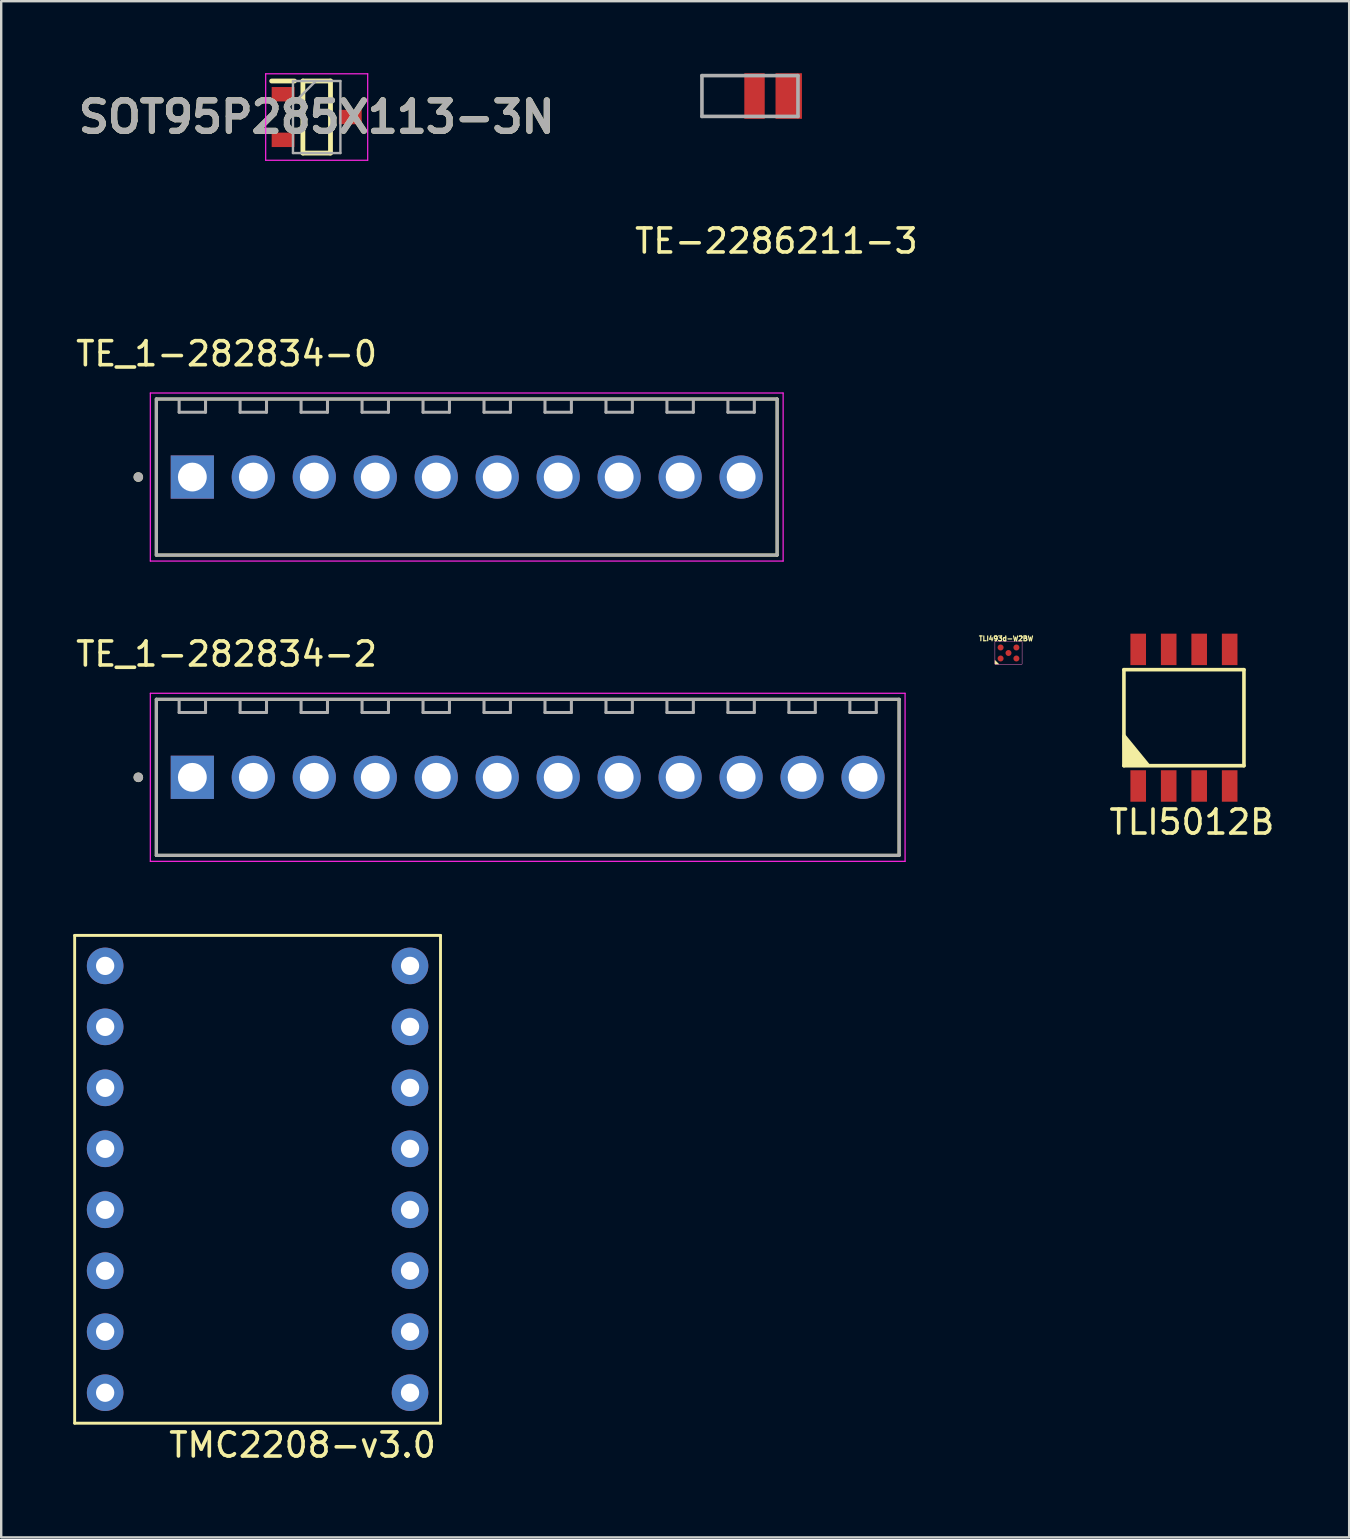
<source format=kicad_pcb>
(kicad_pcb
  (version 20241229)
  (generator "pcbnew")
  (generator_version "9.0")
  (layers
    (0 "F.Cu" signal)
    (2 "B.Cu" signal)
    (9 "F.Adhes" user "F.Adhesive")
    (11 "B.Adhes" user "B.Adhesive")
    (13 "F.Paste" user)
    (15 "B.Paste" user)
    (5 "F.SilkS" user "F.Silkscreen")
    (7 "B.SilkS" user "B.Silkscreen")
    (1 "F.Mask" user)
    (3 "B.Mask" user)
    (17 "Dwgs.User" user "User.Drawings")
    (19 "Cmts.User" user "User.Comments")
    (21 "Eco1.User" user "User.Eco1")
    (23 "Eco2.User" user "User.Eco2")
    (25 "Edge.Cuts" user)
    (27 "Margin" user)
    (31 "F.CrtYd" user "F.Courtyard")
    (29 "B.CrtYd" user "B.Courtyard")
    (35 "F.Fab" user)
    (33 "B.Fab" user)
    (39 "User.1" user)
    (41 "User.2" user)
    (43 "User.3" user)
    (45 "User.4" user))
  (footprint "TLI5012B"
    (layer "F.Cu")
    (at 46.268 26.846)
    (property "Reference" "TLI5012B" (at 0.33 4.35 0) (layer "F.SilkS") (effects (font (size 1 1) (thickness 0.15))))
    (attr through_hole)
    (fp_line (start -2.5 -2) (end 2.5 -2) (stroke (width 0.15) (type solid)) (layer "F.SilkS"))
    (fp_line (start -2.5 2) (end -2.5 -2) (stroke (width 0.15) (type solid)) (layer "F.SilkS"))
    (fp_line (start 2.5 -2) (end 2.5 2) (stroke (width 0.15) (type solid)) (layer "F.SilkS"))
    (fp_line (start 2.5 2) (end -2.5 2) (stroke (width 0.15) (type solid)) (layer "F.SilkS"))
    (fp_poly (pts (xy -2.44 1.97) (xy -2.49 0.76) (xy -1.51 1.96)) (stroke (width 0.15) (type solid)) (fill yes) (layer "F.SilkS"))
    (pad "1" smd rect (at -1.905 2.845) (size 0.65 1.31) (layers "F.Cu" "F.Mask" "F.Paste"))
    (pad "2" smd rect (at -0.635 2.845) (size 0.65 1.31) (layers "F.Cu" "F.Mask" "F.Paste"))
    (pad "3" smd rect (at 0.635 2.845) (size 0.65 1.31) (layers "F.Cu" "F.Mask" "F.Paste"))
    (pad "4" smd rect (at 1.905 2.845) (size 0.65 1.31) (layers "F.Cu" "F.Mask" "F.Paste"))
    (pad "5" smd rect (at 1.905 -2.845) (size 0.65 1.31) (layers "F.Cu" "F.Mask" "F.Paste"))
    (pad "6" smd rect (at 0.635 -2.845) (size 0.65 1.31) (layers "F.Cu" "F.Mask" "F.Paste"))
    (pad "7" smd rect (at -0.635 -2.845) (size 0.65 1.31) (layers "F.Cu" "F.Mask" "F.Paste"))
    (pad "8" smd rect (at -1.905 -2.845) (size 0.65 1.31) (layers "F.Cu" "F.Mask" "F.Paste")))
  (footprint "TE_1-282834-0"
    (layer "F.Cu")
    (at 16.392 16.822)
    (property "Reference" "TE_1-282834-0" (at -10.005 -5.135 0) (layer "F.SilkS") (effects (font (size 1 1) (thickness 0.15))))
    (attr through_hole)
    (fp_line (start -12.93 -3.25) (end 12.93 -3.25) (stroke (width 0.127) (type solid)) (layer "F.SilkS"))
    (fp_line (start -12.93 3.25) (end -12.93 -3.25) (stroke (width 0.127) (type solid)) (layer "F.SilkS"))
    (fp_line (start 12.93 -3.25) (end 12.93 3.25) (stroke (width 0.127) (type solid)) (layer "F.SilkS"))
    (fp_line (start 12.93 3.25) (end -12.93 3.25) (stroke (width 0.127) (type solid)) (layer "F.SilkS"))
    (fp_circle (center -13.68 0) (end -13.58 0) (stroke (width 0.2) (type solid)) (fill no) (layer "F.SilkS"))
    (fp_line (start -13.18 -3.5) (end -13.18 3.5) (stroke (width 0.05) (type solid)) (layer "F.CrtYd"))
    (fp_line (start -13.18 3.5) (end 13.18 3.5) (stroke (width 0.05) (type solid)) (layer "F.CrtYd"))
    (fp_line (start 13.18 -3.5) (end -13.18 -3.5) (stroke (width 0.05) (type solid)) (layer "F.CrtYd"))
    (fp_line (start 13.18 3.5) (end 13.18 -3.5) (stroke (width 0.05) (type solid)) (layer "F.CrtYd"))
    (fp_line (start -12.93 -3.25) (end 12.93 -3.25) (stroke (width 0.127) (type solid)) (layer "F.Fab"))
    (fp_line (start -12.93 3.25) (end -12.93 -3.25) (stroke (width 0.127) (type solid)) (layer "F.Fab"))
    (fp_line (start -11.98 -2.7) (end -11.98 -3.2) (stroke (width 0.127) (type solid)) (layer "F.Fab"))
    (fp_line (start -11.98 -2.7) (end -10.88 -2.7) (stroke (width 0.127) (type solid)) (layer "F.Fab"))
    (fp_line (start -10.88 -2.7) (end -10.88 -3.2) (stroke (width 0.127) (type solid)) (layer "F.Fab"))
    (fp_line (start -9.44 -2.7) (end -9.44 -3.2) (stroke (width 0.127) (type solid)) (layer "F.Fab"))
    (fp_line (start -9.44 -2.7) (end -8.34 -2.7) (stroke (width 0.127) (type solid)) (layer "F.Fab"))
    (fp_line (start -8.34 -2.7) (end -8.34 -3.2) (stroke (width 0.127) (type solid)) (layer "F.Fab"))
    (fp_line (start -6.9 -2.7) (end -6.9 -3.2) (stroke (width 0.127) (type solid)) (layer "F.Fab"))
    (fp_line (start -6.9 -2.7) (end -5.8 -2.7) (stroke (width 0.127) (type solid)) (layer "F.Fab"))
    (fp_line (start -5.8 -2.7) (end -5.8 -3.2) (stroke (width 0.127) (type solid)) (layer "F.Fab"))
    (fp_line (start -4.36 -2.7) (end -4.36 -3.2) (stroke (width 0.127) (type solid)) (layer "F.Fab"))
    (fp_line (start -4.36 -2.7) (end -3.26 -2.7) (stroke (width 0.127) (type solid)) (layer "F.Fab"))
    (fp_line (start -3.26 -2.7) (end -3.26 -3.2) (stroke (width 0.127) (type solid)) (layer "F.Fab"))
    (fp_line (start -1.82 -2.7) (end -1.82 -3.2) (stroke (width 0.127) (type solid)) (layer "F.Fab"))
    (fp_line (start -1.82 -2.7) (end -0.72 -2.7) (stroke (width 0.127) (type solid)) (layer "F.Fab"))
    (fp_line (start -0.72 -2.7) (end -0.72 -3.2) (stroke (width 0.127) (type solid)) (layer "F.Fab"))
    (fp_line (start 0.72 -2.7) (end 0.72 -3.2) (stroke (width 0.127) (type solid)) (layer "F.Fab"))
    (fp_line (start 0.72 -2.7) (end 1.82 -2.7) (stroke (width 0.127) (type solid)) (layer "F.Fab"))
    (fp_line (start 1.82 -2.7) (end 1.82 -3.2) (stroke (width 0.127) (type solid)) (layer "F.Fab"))
    (fp_line (start 3.26 -2.7) (end 3.26 -3.2) (stroke (width 0.127) (type solid)) (layer "F.Fab"))
    (fp_line (start 3.26 -2.7) (end 4.36 -2.7) (stroke (width 0.127) (type solid)) (layer "F.Fab"))
    (fp_line (start 4.36 -2.7) (end 4.36 -3.2) (stroke (width 0.127) (type solid)) (layer "F.Fab"))
    (fp_line (start 5.8 -2.7) (end 5.8 -3.2) (stroke (width 0.127) (type solid)) (layer "F.Fab"))
    (fp_line (start 5.8 -2.7) (end 6.9 -2.7) (stroke (width 0.127) (type solid)) (layer "F.Fab"))
    (fp_line (start 6.9 -2.7) (end 6.9 -3.2) (stroke (width 0.127) (type solid)) (layer "F.Fab"))
    (fp_line (start 8.34 -2.7) (end 8.34 -3.2) (stroke (width 0.127) (type solid)) (layer "F.Fab"))
    (fp_line (start 8.34 -2.7) (end 9.44 -2.7) (stroke (width 0.127) (type solid)) (layer "F.Fab"))
    (fp_line (start 9.44 -2.7) (end 9.44 -3.2) (stroke (width 0.127) (type solid)) (layer "F.Fab"))
    (fp_line (start 10.88 -2.7) (end 10.88 -3.2) (stroke (width 0.127) (type solid)) (layer "F.Fab"))
    (fp_line (start 10.88 -2.7) (end 11.98 -2.7) (stroke (width 0.127) (type solid)) (layer "F.Fab"))
    (fp_line (start 11.98 -2.7) (end 11.98 -3.2) (stroke (width 0.127) (type solid)) (layer "F.Fab"))
    (fp_line (start 12.93 -3.25) (end 12.93 3.25) (stroke (width 0.127) (type solid)) (layer "F.Fab"))
    (fp_line (start 12.93 3.25) (end -12.93 3.25) (stroke (width 0.127) (type solid)) (layer "F.Fab"))
    (fp_circle (center -13.68 0) (end -13.58 0) (stroke (width 0.2) (type solid)) (fill no) (layer "F.Fab"))
    (pad "1" thru_hole rect (at -11.43 0) (size 1.8 1.8) (drill 1.2) (layers "*.Cu" "*.Mask"))
    (pad "2" thru_hole circle (at -8.89 0) (size 1.8 1.8) (drill 1.2) (layers "*.Cu" "*.Mask"))
    (pad "3" thru_hole circle (at -6.35 0) (size 1.8 1.8) (drill 1.2) (layers "*.Cu" "*.Mask"))
    (pad "4" thru_hole circle (at -3.81 0) (size 1.8 1.8) (drill 1.2) (layers "*.Cu" "*.Mask"))
    (pad "5" thru_hole circle (at -1.27 0) (size 1.8 1.8) (drill 1.2) (layers "*.Cu" "*.Mask"))
    (pad "6" thru_hole circle (at 1.27 0) (size 1.8 1.8) (drill 1.2) (layers "*.Cu" "*.Mask"))
    (pad "7" thru_hole circle (at 3.81 0) (size 1.8 1.8) (drill 1.2) (layers "*.Cu" "*.Mask"))
    (pad "8" thru_hole circle (at 6.35 0) (size 1.8 1.8) (drill 1.2) (layers "*.Cu" "*.Mask"))
    (pad "9" thru_hole circle (at 8.89 0) (size 1.8 1.8) (drill 1.2) (layers "*.Cu" "*.Mask"))
    (pad "10" thru_hole circle (at 11.43 0) (size 1.8 1.8) (drill 1.2) (layers "*.Cu" "*.Mask")))
  (footprint "TE-2286211-3"
    (layer "F.Cu")
    (at 29.09 0.95)
    (property "Reference" "TE-2286211-3" (at 0.2 6.04 0) (layer "F.SilkS") (effects (font (size 1 1) (thickness 0.15))))
    (attr through_hole)
    (fp_line (start -2.9 -0.85) (end 1.1 -0.85) (stroke (width 0.15) (type solid)) (layer "F.Fab"))
    (fp_line (start -2.9 0.85) (end -2.9 -0.85) (stroke (width 0.15) (type solid)) (layer "F.Fab"))
    (fp_line (start 1.1 -0.85) (end 1.1 0.85) (stroke (width 0.15) (type solid)) (layer "F.Fab"))
    (fp_line (start 1.1 0.85) (end -2.9 0.85) (stroke (width 0.15) (type solid)) (layer "F.Fab"))
    (pad "1" smd rect (at -0.71 0) (size 0.85 1.9) (layers "F.Cu" "F.Mask" "F.Paste"))
    (pad "1" smd rect (at 0.715 0) (size 1.1 1.9) (layers "F.Cu" "F.Mask" "F.Paste")))
  (footprint "TMC2208-v3.0"
    (layer "F.Cu")
    (at 7.68 47.345)
    (property "Reference" "TMC2208-v3.0" (at 1.87 9.8 0) (layer "F.SilkS") (effects (font (size 1 1) (thickness 0.15))))
    (attr through_hole)
    (fp_line (start -7.62 -11.43) (end 7.62 -11.43) (stroke (width 0.12) (type solid)) (layer "F.SilkS"))
    (fp_line (start -7.62 8.89) (end -7.62 -11.43) (stroke (width 0.12) (type solid)) (layer "F.SilkS"))
    (fp_line (start 7.62 -11.43) (end 7.62 8.89) (stroke (width 0.12) (type solid)) (layer "F.SilkS"))
    (fp_line (start 7.62 8.89) (end -7.62 8.89) (stroke (width 0.12) (type solid)) (layer "F.SilkS"))
    (pad "1" thru_hole circle (at -6.35 -10.16) (size 1.524 1.524) (drill 0.762) (layers "*.Cu" "*.Mask"))
    (pad "2" thru_hole circle (at -6.35 -7.62) (size 1.524 1.524) (drill 0.762) (layers "*.Cu" "*.Mask"))
    (pad "3" thru_hole circle (at -6.35 -5.08) (size 1.524 1.524) (drill 0.762) (layers "*.Cu" "*.Mask"))
    (pad "4" thru_hole circle (at -6.35 -2.54) (size 1.524 1.524) (drill 0.762) (layers "*.Cu" "*.Mask"))
    (pad "5" thru_hole circle (at -6.35 0) (size 1.524 1.524) (drill 0.762) (layers "*.Cu" "*.Mask"))
    (pad "6" thru_hole circle (at -6.35 2.54) (size 1.524 1.524) (drill 0.762) (layers "*.Cu" "*.Mask"))
    (pad "7" thru_hole circle (at -6.35 5.08) (size 1.524 1.524) (drill 0.762) (layers "*.Cu" "*.Mask"))
    (pad "8" thru_hole circle (at -6.35 7.62) (size 1.524 1.524) (drill 0.762) (layers "*.Cu" "*.Mask"))
    (pad "9" thru_hole circle (at 6.35 7.62) (size 1.524 1.524) (drill 0.762) (layers "*.Cu" "*.Mask"))
    (pad "10" thru_hole circle (at 6.35 5.08) (size 1.524 1.524) (drill 0.762) (layers "*.Cu" "*.Mask"))
    (pad "11" thru_hole circle (at 6.35 2.54) (size 1.524 1.524) (drill 0.762) (layers "*.Cu" "*.Mask"))
    (pad "12" thru_hole circle (at 6.35 0) (size 1.524 1.524) (drill 0.762) (layers "*.Cu" "*.Mask"))
    (pad "13" thru_hole circle (at 6.35 -2.54) (size 1.524 1.524) (drill 0.762) (layers "*.Cu" "*.Mask"))
    (pad "14" thru_hole circle (at 6.35 -5.08) (size 1.524 1.524) (drill 0.762) (layers "*.Cu" "*.Mask"))
    (pad "15" thru_hole circle (at 6.35 -7.62) (size 1.524 1.524) (drill 0.762) (layers "*.Cu" "*.Mask"))
    (pad "16" thru_hole circle (at 6.35 -10.16) (size 1.524 1.524) (drill 0.762) (layers "*.Cu" "*.Mask")))
  (footprint "TLI493d-W2BW"
    (layer "F.Cu")
    (at 38.96 24.151)
    (property "Reference" "TLI493d-W2BW" (at -0.1 -0.6 0) (unlocked yes) (layer "F.SilkS") (effects (font (size 0.2 0.2) (thickness 0.05))))
    (attr smd)
    (fp_rect (start -0.565 -0.465) (end 0.565 0.465) (stroke (width 0.01) (type solid)) (fill no) (layer "F.SilkS"))
    (fp_poly (pts (xy -0.4 0.465) (xy -0.565 0.465) (xy -0.565 0.3)) (stroke (width 0.01) (type solid)) (fill yes) (layer "F.SilkS"))
    (fp_rect (start -0.565 -0.465) (end 0.565 0.465) (stroke (width 0.01) (type solid)) (fill no) (layer "F.CrtYd"))
    (pad "A1" smd circle (at -0.329 0.229) (size 0.25 0.25) (layers "F.Cu" "F.Mask" "F.Paste"))
    (pad "A3" smd circle (at -0.329 -0.229) (size 0.25 0.25) (layers "F.Cu" "F.Mask" "F.Paste"))
    (pad "B2" smd circle (at 0 0) (size 0.25 0.25) (layers "F.Cu" "F.Mask" "F.Paste"))
    (pad "C1" smd circle (at 0.329 0.229) (size 0.25 0.25) (layers "F.Cu" "F.Mask" "F.Paste"))
    (pad "C3" smd circle (at 0.329 -0.229) (size 0.25 0.25) (layers "F.Cu" "F.Mask" "F.Paste")))
  (footprint "SOT95P285X113-3N"
    (layer "F.Cu")
    (at 10.142 1.825)
    (property "Reference" "SOT95P285X113-3N" (at 0 0 0) (layer "F.SilkS") (effects (font (size 1.27 1.27) (thickness 0.254))))
    (attr smd)
    (fp_line (start -1.875 -1.5) (end -0.925 -1.5) (stroke (width 0.2) (type solid)) (layer "F.SilkS"))
    (fp_line (start -0.575 -1.5) (end 0.575 -1.5) (stroke (width 0.2) (type solid)) (layer "F.SilkS"))
    (fp_line (start -0.575 1.5) (end -0.575 -1.5) (stroke (width 0.2) (type solid)) (layer "F.SilkS"))
    (fp_line (start 0.575 -1.5) (end 0.575 1.5) (stroke (width 0.2) (type solid)) (layer "F.SilkS"))
    (fp_line (start 0.575 1.5) (end -0.575 1.5) (stroke (width 0.2) (type solid)) (layer "F.SilkS"))
    (fp_line (start -2.125 -1.8) (end 2.125 -1.8) (stroke (width 0.05) (type solid)) (layer "F.CrtYd"))
    (fp_line (start -2.125 1.8) (end -2.125 -1.8) (stroke (width 0.05) (type solid)) (layer "F.CrtYd"))
    (fp_line (start 2.125 -1.8) (end 2.125 1.8) (stroke (width 0.05) (type solid)) (layer "F.CrtYd"))
    (fp_line (start 2.125 1.8) (end -2.125 1.8) (stroke (width 0.05) (type solid)) (layer "F.CrtYd"))
    (fp_line (start -0.988 -1.5) (end 0.988 -1.5) (stroke (width 0.1) (type solid)) (layer "F.Fab"))
    (fp_line (start -0.988 -0.55) (end -0.038 -1.5) (stroke (width 0.1) (type solid)) (layer "F.Fab"))
    (fp_line (start -0.988 1.5) (end -0.988 -1.5) (stroke (width 0.1) (type solid)) (layer "F.Fab"))
    (fp_line (start 0.988 -1.5) (end 0.988 1.5) (stroke (width 0.1) (type solid)) (layer "F.Fab"))
    (fp_line (start 0.988 1.5) (end -0.988 1.5) (stroke (width 0.1) (type solid)) (layer "F.Fab"))
    (fp_text user "${REFERENCE}" (at 0 0 0) (layer "F.Fab") (effects (font (size 1.27 1.27) (thickness 0.254))))
    (pad "1" smd rect (at -1.4 -0.95 90) (size 0.6 0.95) (layers "F.Cu" "F.Mask" "F.Paste"))
    (pad "2" smd rect (at -1.4 0.95 90) (size 0.6 0.95) (layers "F.Cu" "F.Mask" "F.Paste"))
    (pad "3" smd rect (at 1.4 0 90) (size 0.6 0.95) (layers "F.Cu" "F.Mask" "F.Paste")))
  (footprint "TE_1-282834-2"
    (layer "F.Cu")
    (at 18.932 29.33)
    (property "Reference" "TE_1-282834-2" (at -12.545 -5.135 0) (layer "F.SilkS") (effects (font (size 1 1) (thickness 0.15))))
    (attr through_hole)
    (fp_line (start -15.47 -3.25) (end 15.47 -3.25) (stroke (width 0.127) (type solid)) (layer "F.SilkS"))
    (fp_line (start -15.47 3.25) (end -15.47 -3.25) (stroke (width 0.127) (type solid)) (layer "F.SilkS"))
    (fp_line (start 15.47 -3.25) (end 15.47 3.25) (stroke (width 0.127) (type solid)) (layer "F.SilkS"))
    (fp_line (start 15.47 3.25) (end -15.47 3.25) (stroke (width 0.127) (type solid)) (layer "F.SilkS"))
    (fp_circle (center -16.22 0) (end -16.12 0) (stroke (width 0.2) (type solid)) (fill no) (layer "F.SilkS"))
    (fp_line (start -15.72 -3.5) (end -15.72 3.5) (stroke (width 0.05) (type solid)) (layer "F.CrtYd"))
    (fp_line (start -15.72 3.5) (end 15.72 3.5) (stroke (width 0.05) (type solid)) (layer "F.CrtYd"))
    (fp_line (start 15.72 -3.5) (end -15.72 -3.5) (stroke (width 0.05) (type solid)) (layer "F.CrtYd"))
    (fp_line (start 15.72 3.5) (end 15.72 -3.5) (stroke (width 0.05) (type solid)) (layer "F.CrtYd"))
    (fp_line (start -15.47 -3.25) (end 15.47 -3.25) (stroke (width 0.127) (type solid)) (layer "F.Fab"))
    (fp_line (start -15.47 3.25) (end -15.47 -3.25) (stroke (width 0.127) (type solid)) (layer "F.Fab"))
    (fp_line (start -14.52 -2.7) (end -14.52 -3.2) (stroke (width 0.127) (type solid)) (layer "F.Fab"))
    (fp_line (start -14.52 -2.7) (end -13.42 -2.7) (stroke (width 0.127) (type solid)) (layer "F.Fab"))
    (fp_line (start -13.42 -2.7) (end -13.42 -3.2) (stroke (width 0.127) (type solid)) (layer "F.Fab"))
    (fp_line (start -11.98 -2.7) (end -11.98 -3.2) (stroke (width 0.127) (type solid)) (layer "F.Fab"))
    (fp_line (start -11.98 -2.7) (end -10.88 -2.7) (stroke (width 0.127) (type solid)) (layer "F.Fab"))
    (fp_line (start -10.88 -2.7) (end -10.88 -3.2) (stroke (width 0.127) (type solid)) (layer "F.Fab"))
    (fp_line (start -9.44 -2.7) (end -9.44 -3.2) (stroke (width 0.127) (type solid)) (layer "F.Fab"))
    (fp_line (start -9.44 -2.7) (end -8.34 -2.7) (stroke (width 0.127) (type solid)) (layer "F.Fab"))
    (fp_line (start -8.34 -2.7) (end -8.34 -3.2) (stroke (width 0.127) (type solid)) (layer "F.Fab"))
    (fp_line (start -6.9 -2.7) (end -6.9 -3.2) (stroke (width 0.127) (type solid)) (layer "F.Fab"))
    (fp_line (start -6.9 -2.7) (end -5.8 -2.7) (stroke (width 0.127) (type solid)) (layer "F.Fab"))
    (fp_line (start -5.8 -2.7) (end -5.8 -3.2) (stroke (width 0.127) (type solid)) (layer "F.Fab"))
    (fp_line (start -4.36 -2.7) (end -4.36 -3.2) (stroke (width 0.127) (type solid)) (layer "F.Fab"))
    (fp_line (start -4.36 -2.7) (end -3.26 -2.7) (stroke (width 0.127) (type solid)) (layer "F.Fab"))
    (fp_line (start -3.26 -2.7) (end -3.26 -3.2) (stroke (width 0.127) (type solid)) (layer "F.Fab"))
    (fp_line (start -1.82 -2.7) (end -1.82 -3.2) (stroke (width 0.127) (type solid)) (layer "F.Fab"))
    (fp_line (start -1.82 -2.7) (end -0.72 -2.7) (stroke (width 0.127) (type solid)) (layer "F.Fab"))
    (fp_line (start -0.72 -2.7) (end -0.72 -3.2) (stroke (width 0.127) (type solid)) (layer "F.Fab"))
    (fp_line (start 0.72 -2.7) (end 0.72 -3.2) (stroke (width 0.127) (type solid)) (layer "F.Fab"))
    (fp_line (start 0.72 -2.7) (end 1.82 -2.7) (stroke (width 0.127) (type solid)) (layer "F.Fab"))
    (fp_line (start 1.82 -2.7) (end 1.82 -3.2) (stroke (width 0.127) (type solid)) (layer "F.Fab"))
    (fp_line (start 3.26 -2.7) (end 3.26 -3.2) (stroke (width 0.127) (type solid)) (layer "F.Fab"))
    (fp_line (start 3.26 -2.7) (end 4.36 -2.7) (stroke (width 0.127) (type solid)) (layer "F.Fab"))
    (fp_line (start 4.36 -2.7) (end 4.36 -3.2) (stroke (width 0.127) (type solid)) (layer "F.Fab"))
    (fp_line (start 5.8 -2.7) (end 5.8 -3.2) (stroke (width 0.127) (type solid)) (layer "F.Fab"))
    (fp_line (start 5.8 -2.7) (end 6.9 -2.7) (stroke (width 0.127) (type solid)) (layer "F.Fab"))
    (fp_line (start 6.9 -2.7) (end 6.9 -3.2) (stroke (width 0.127) (type solid)) (layer "F.Fab"))
    (fp_line (start 8.34 -2.7) (end 8.34 -3.2) (stroke (width 0.127) (type solid)) (layer "F.Fab"))
    (fp_line (start 8.34 -2.7) (end 9.44 -2.7) (stroke (width 0.127) (type solid)) (layer "F.Fab"))
    (fp_line (start 9.44 -2.7) (end 9.44 -3.2) (stroke (width 0.127) (type solid)) (layer "F.Fab"))
    (fp_line (start 10.88 -2.7) (end 10.88 -3.2) (stroke (width 0.127) (type solid)) (layer "F.Fab"))
    (fp_line (start 10.88 -2.7) (end 11.98 -2.7) (stroke (width 0.127) (type solid)) (layer "F.Fab"))
    (fp_line (start 11.98 -2.7) (end 11.98 -3.2) (stroke (width 0.127) (type solid)) (layer "F.Fab"))
    (fp_line (start 13.42 -2.7) (end 13.42 -3.2) (stroke (width 0.127) (type solid)) (layer "F.Fab"))
    (fp_line (start 13.42 -2.7) (end 14.52 -2.7) (stroke (width 0.127) (type solid)) (layer "F.Fab"))
    (fp_line (start 14.52 -2.7) (end 14.52 -3.2) (stroke (width 0.127) (type solid)) (layer "F.Fab"))
    (fp_line (start 15.47 -3.25) (end 15.47 3.25) (stroke (width 0.127) (type solid)) (layer "F.Fab"))
    (fp_line (start 15.47 3.25) (end -15.47 3.25) (stroke (width 0.127) (type solid)) (layer "F.Fab"))
    (fp_circle (center -16.22 0) (end -16.12 0) (stroke (width 0.2) (type solid)) (fill no) (layer "F.Fab"))
    (pad "1" thru_hole rect (at -13.97 0) (size 1.8 1.8) (drill 1.2) (layers "*.Cu" "*.Mask"))
    (pad "2" thru_hole circle (at -11.43 0) (size 1.8 1.8) (drill 1.2) (layers "*.Cu" "*.Mask"))
    (pad "3" thru_hole circle (at -8.89 0) (size 1.8 1.8) (drill 1.2) (layers "*.Cu" "*.Mask"))
    (pad "4" thru_hole circle (at -6.35 0) (size 1.8 1.8) (drill 1.2) (layers "*.Cu" "*.Mask"))
    (pad "5" thru_hole circle (at -3.81 0) (size 1.8 1.8) (drill 1.2) (layers "*.Cu" "*.Mask"))
    (pad "6" thru_hole circle (at -1.27 0) (size 1.8 1.8) (drill 1.2) (layers "*.Cu" "*.Mask"))
    (pad "7" thru_hole circle (at 1.27 0) (size 1.8 1.8) (drill 1.2) (layers "*.Cu" "*.Mask"))
    (pad "8" thru_hole circle (at 3.81 0) (size 1.8 1.8) (drill 1.2) (layers "*.Cu" "*.Mask"))
    (pad "9" thru_hole circle (at 6.35 0) (size 1.8 1.8) (drill 1.2) (layers "*.Cu" "*.Mask"))
    (pad "10" thru_hole circle (at 8.89 0) (size 1.8 1.8) (drill 1.2) (layers "*.Cu" "*.Mask"))
    (pad "11" thru_hole circle (at 11.43 0) (size 1.8 1.8) (drill 1.2) (layers "*.Cu" "*.Mask"))
    (pad "12" thru_hole circle (at 13.97 0) (size 1.8 1.8) (drill 1.2) (layers "*.Cu" "*.Mask")))
  (gr_rect
    (start -3 -3)
    (end 53.151 60.993)
    (stroke (width 0.1) (type default))
    (fill no)
    (layer "Edge.Cuts")))
</source>
